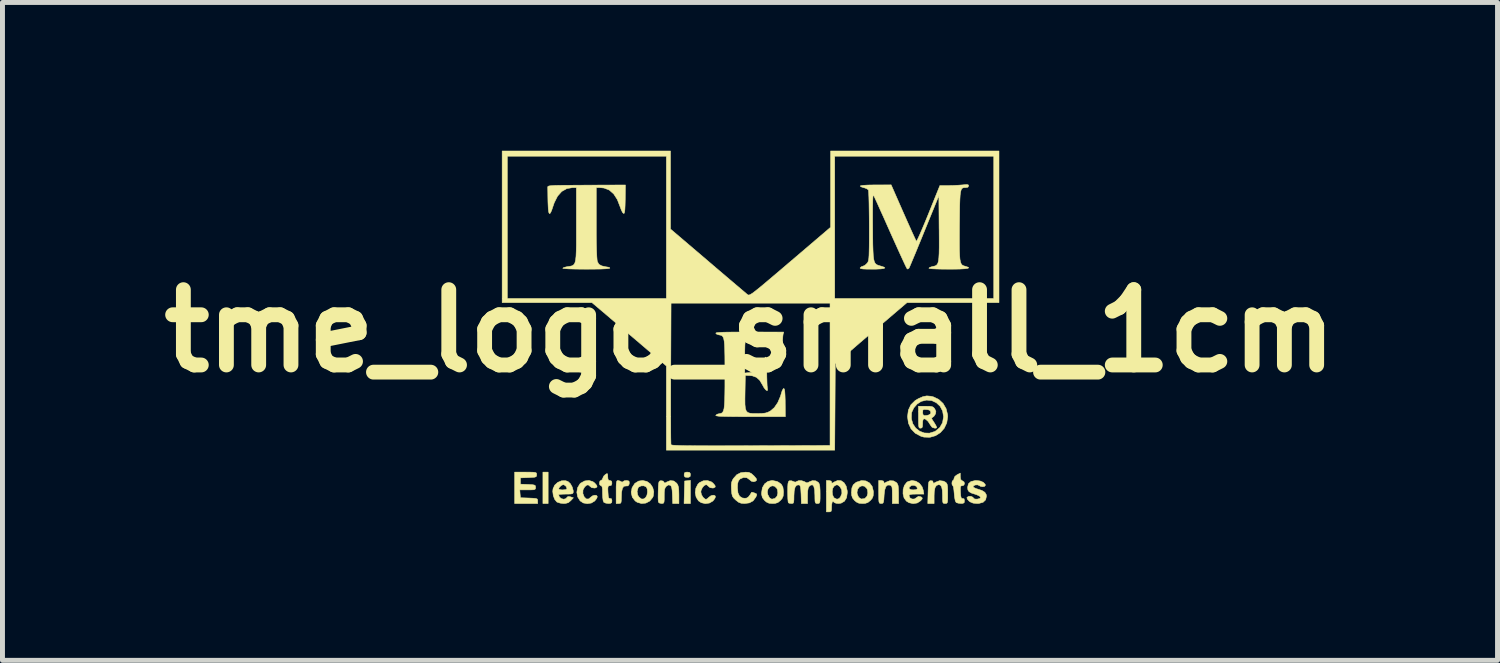
<source format=kicad_pcb>
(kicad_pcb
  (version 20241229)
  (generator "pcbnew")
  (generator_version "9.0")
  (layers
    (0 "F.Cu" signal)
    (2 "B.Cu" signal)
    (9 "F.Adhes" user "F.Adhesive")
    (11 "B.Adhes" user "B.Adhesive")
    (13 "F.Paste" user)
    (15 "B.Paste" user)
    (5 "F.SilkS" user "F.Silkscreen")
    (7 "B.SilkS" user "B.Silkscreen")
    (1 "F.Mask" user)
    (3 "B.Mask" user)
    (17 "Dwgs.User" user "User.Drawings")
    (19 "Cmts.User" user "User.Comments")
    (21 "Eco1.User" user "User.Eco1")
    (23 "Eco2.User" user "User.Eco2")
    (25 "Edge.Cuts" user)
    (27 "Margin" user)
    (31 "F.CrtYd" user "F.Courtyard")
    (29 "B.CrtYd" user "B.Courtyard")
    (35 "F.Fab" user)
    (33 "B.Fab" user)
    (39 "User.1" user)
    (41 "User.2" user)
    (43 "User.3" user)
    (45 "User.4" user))
  (footprint "tme_logo_small_1cm"
    (layer "F.Cu")
    (at 12.127 3.646)
    (property "Reference" "tme_logo_small_1cm" (at 0 0 0) (layer "F.SilkS") (effects (font (size 1.524 1.524) (thickness 0.3))))
    (attr through_hole)
    (fp_poly (pts (xy -4.085 3.493) (xy -4.191 3.493) (xy -4.191 2.857) (xy -4.085 2.857) (xy -4.085 3.493)) (stroke (width 0.01) (type solid)) (fill yes) (layer "F.SilkS"))
    (fp_poly (pts (xy -1.206 3.493) (xy -1.335 3.493) (xy -1.329 3.265) (xy -1.323 3.037) (xy -1.265 3.031) (xy -1.206 3.024) (xy -1.206 3.493)) (stroke (width 0.01) (type solid)) (fill yes) (layer "F.SilkS"))
    (fp_poly (pts (xy -1.225 2.863) (xy -1.208 2.887) (xy -1.206 2.91) (xy -1.213 2.948) (xy -1.242 2.962) (xy -1.27 2.963) (xy -1.315 2.958) (xy -1.332 2.933) (xy -1.333 2.91) (xy -1.327 2.873) (xy -1.298 2.859) (xy -1.27 2.857) (xy -1.225 2.863)) (stroke (width 0.01) (type solid)) (fill yes) (layer "F.SilkS"))
    (fp_poly (pts (xy -2.626 3.039) (xy -2.61 3.05) (xy -2.585 3.061) (xy -2.573 3.05) (xy -2.543 3.032) (xy -2.496 3.027) (xy -2.456 3.036) (xy -2.447 3.044) (xy -2.443 3.077) (xy -2.447 3.105) (xy -2.468 3.136) (xy -2.509 3.138) (xy -2.553 3.144) (xy -2.582 3.185) (xy -2.599 3.263) (xy -2.603 3.367) (xy -2.605 3.437) (xy -2.611 3.474) (xy -2.626 3.49) (xy -2.656 3.493) (xy -2.709 3.493) (xy -2.709 3.26) (xy -2.709 3.157) (xy -2.706 3.09) (xy -2.7 3.051) (xy -2.69 3.032) (xy -2.674 3.027) (xy -2.671 3.027) (xy -2.626 3.039)) (stroke (width 0.01) (type solid)) (fill yes) (layer "F.SilkS"))
    (fp_poly (pts (xy -3.18 3.05) (xy -3.142 3.079) (xy -3.101 3.127) (xy -3.095 3.158) (xy -3.125 3.176) (xy -3.143 3.18) (xy -3.203 3.172) (xy -3.231 3.151) (xy -3.269 3.118) (xy -3.302 3.119) (xy -3.344 3.154) (xy -3.38 3.217) (xy -3.382 3.292) (xy -3.354 3.361) (xy -3.31 3.401) (xy -3.264 3.4) (xy -3.223 3.365) (xy -3.182 3.335) (xy -3.137 3.324) (xy -3.102 3.332) (xy -3.09 3.356) (xy -3.104 3.392) (xy -3.139 3.437) (xy -3.142 3.441) (xy -3.211 3.483) (xy -3.294 3.496) (xy -3.375 3.481) (xy -3.438 3.439) (xy -3.488 3.358) (xy -3.505 3.266) (xy -3.49 3.175) (xy -3.443 3.097) (xy -3.425 3.079) (xy -3.345 3.036) (xy -3.26 3.026) (xy -3.18 3.05)) (stroke (width 0.01) (type solid)) (fill yes) (layer "F.SilkS"))
    (fp_poly (pts (xy -2.087 3.046) (xy -2.017 3.096) (xy -1.969 3.169) (xy -1.947 3.254) (xy -1.958 3.343) (xy -1.971 3.372) (xy -2.029 3.443) (xy -2.107 3.484) (xy -2.196 3.493) (xy -2.283 3.468) (xy -2.324 3.44) (xy -2.382 3.365) (xy -2.404 3.275) (xy -2.4 3.249) (xy -2.285 3.249) (xy -2.272 3.323) (xy -2.244 3.365) (xy -2.195 3.402) (xy -2.152 3.4) (xy -2.113 3.373) (xy -2.086 3.326) (xy -2.075 3.261) (xy -2.08 3.198) (xy -2.1 3.158) (xy -2.147 3.135) (xy -2.204 3.136) (xy -2.251 3.158) (xy -2.264 3.174) (xy -2.285 3.249) (xy -2.4 3.249) (xy -2.388 3.178) (xy -2.384 3.168) (xy -2.331 3.086) (xy -2.255 3.039) (xy -2.173 3.027) (xy -2.087 3.046)) (stroke (width 0.01) (type solid)) (fill yes) (layer "F.SilkS"))
    (fp_poly (pts (xy -4.441 2.858) (xy -4.377 2.86) (xy -4.34 2.866) (xy -4.323 2.876) (xy -4.318 2.894) (xy -4.318 2.91) (xy -4.32 2.936) (xy -4.333 2.952) (xy -4.364 2.961) (xy -4.424 2.965) (xy -4.482 2.968) (xy -4.646 2.974) (xy -4.646 3.101) (xy -4.493 3.107) (xy -4.413 3.111) (xy -4.368 3.118) (xy -4.346 3.13) (xy -4.34 3.151) (xy -4.339 3.165) (xy -4.341 3.192) (xy -4.353 3.207) (xy -4.384 3.215) (xy -4.443 3.217) (xy -4.499 3.217) (xy -4.659 3.217) (xy -4.653 3.297) (xy -4.646 3.376) (xy -4.471 3.382) (xy -4.386 3.386) (xy -4.334 3.391) (xy -4.308 3.401) (xy -4.298 3.418) (xy -4.297 3.44) (xy -4.297 3.493) (xy -4.763 3.493) (xy -4.763 2.857) (xy -4.54 2.857) (xy -4.441 2.858)) (stroke (width 0.01) (type solid)) (fill yes) (layer "F.SilkS"))
    (fp_poly (pts (xy -0.783 3.054) (xy -0.75 3.079) (xy -0.709 3.127) (xy -0.703 3.158) (xy -0.733 3.176) (xy -0.75 3.18) (xy -0.808 3.172) (xy -0.834 3.151) (xy -0.868 3.12) (xy -0.889 3.111) (xy -0.929 3.13) (xy -0.966 3.174) (xy -0.991 3.23) (xy -0.995 3.26) (xy -0.982 3.315) (xy -0.95 3.368) (xy -0.91 3.402) (xy -0.889 3.408) (xy -0.86 3.393) (xy -0.831 3.365) (xy -0.79 3.335) (xy -0.745 3.324) (xy -0.71 3.332) (xy -0.699 3.356) (xy -0.713 3.392) (xy -0.747 3.437) (xy -0.75 3.441) (xy -0.821 3.483) (xy -0.904 3.495) (xy -0.987 3.476) (xy -1.043 3.439) (xy -1.091 3.363) (xy -1.109 3.273) (xy -1.096 3.182) (xy -1.055 3.102) (xy -1.023 3.07) (xy -0.946 3.033) (xy -0.861 3.028) (xy -0.783 3.054)) (stroke (width 0.01) (type solid)) (fill yes) (layer "F.SilkS"))
    (fp_poly (pts (xy 0.542 3.045) (xy 0.572 3.059) (xy 0.631 3.101) (xy 0.665 3.159) (xy 0.677 3.244) (xy 0.677 3.27) (xy 0.671 3.342) (xy 0.648 3.393) (xy 0.615 3.431) (xy 0.565 3.472) (xy 0.51 3.49) (xy 0.455 3.493) (xy 0.384 3.487) (xy 0.332 3.463) (xy 0.295 3.431) (xy 0.25 3.373) (xy 0.234 3.309) (xy 0.233 3.281) (xy 0.237 3.256) (xy 0.35 3.256) (xy 0.361 3.315) (xy 0.396 3.38) (xy 0.441 3.405) (xy 0.499 3.391) (xy 0.508 3.387) (xy 0.547 3.344) (xy 0.563 3.281) (xy 0.555 3.214) (xy 0.54 3.183) (xy 0.496 3.142) (xy 0.446 3.135) (xy 0.4 3.156) (xy 0.365 3.198) (xy 0.35 3.256) (xy 0.237 3.256) (xy 0.249 3.176) (xy 0.295 3.096) (xy 0.362 3.045) (xy 0.447 3.026) (xy 0.542 3.045)) (stroke (width 0.01) (type solid)) (fill yes) (layer "F.SilkS"))
    (fp_poly (pts (xy 2.345 3.036) (xy 2.419 3.077) (xy 2.472 3.148) (xy 2.496 3.245) (xy 2.497 3.267) (xy 2.492 3.338) (xy 2.472 3.388) (xy 2.436 3.431) (xy 2.385 3.472) (xy 2.331 3.49) (xy 2.275 3.493) (xy 2.204 3.487) (xy 2.153 3.463) (xy 2.115 3.431) (xy 2.074 3.38) (xy 2.056 3.325) (xy 2.053 3.27) (xy 2.054 3.262) (xy 2.165 3.262) (xy 2.169 3.301) (xy 2.199 3.368) (xy 2.248 3.401) (xy 2.31 3.395) (xy 2.328 3.387) (xy 2.367 3.345) (xy 2.384 3.282) (xy 2.376 3.215) (xy 2.361 3.185) (xy 2.316 3.142) (xy 2.264 3.135) (xy 2.216 3.155) (xy 2.18 3.2) (xy 2.165 3.262) (xy 2.054 3.262) (xy 2.061 3.178) (xy 2.089 3.114) (xy 2.141 3.069) (xy 2.159 3.059) (xy 2.256 3.028) (xy 2.345 3.036)) (stroke (width 0.01) (type solid)) (fill yes) (layer "F.SilkS"))
    (fp_poly (pts (xy 2.699 3.038) (xy 2.709 3.06) (xy 2.713 3.081) (xy 2.732 3.076) (xy 2.756 3.06) (xy 2.829 3.031) (xy 2.903 3.035) (xy 2.963 3.069) (xy 2.984 3.096) (xy 2.997 3.132) (xy 3.003 3.188) (xy 3.006 3.274) (xy 3.006 3.302) (xy 3.006 3.493) (xy 2.879 3.493) (xy 2.879 3.314) (xy 2.878 3.226) (xy 2.874 3.172) (xy 2.864 3.142) (xy 2.847 3.126) (xy 2.834 3.121) (xy 2.785 3.119) (xy 2.749 3.15) (xy 2.726 3.217) (xy 2.713 3.323) (xy 2.713 3.334) (xy 2.708 3.415) (xy 2.701 3.462) (xy 2.689 3.485) (xy 2.669 3.492) (xy 2.654 3.493) (xy 2.632 3.491) (xy 2.618 3.482) (xy 2.609 3.458) (xy 2.605 3.412) (xy 2.604 3.336) (xy 2.603 3.26) (xy 2.603 3.027) (xy 2.656 3.027) (xy 2.699 3.038)) (stroke (width 0.01) (type solid)) (fill yes) (layer "F.SilkS"))
    (fp_poly (pts (xy 4.255 2.95) (xy 4.262 3.004) (xy 4.287 3.03) (xy 4.297 3.033) (xy 4.331 3.057) (xy 4.34 3.092) (xy 4.325 3.123) (xy 4.296 3.133) (xy 4.272 3.136) (xy 4.26 3.154) (xy 4.257 3.195) (xy 4.259 3.265) (xy 4.264 3.338) (xy 4.273 3.377) (xy 4.288 3.391) (xy 4.302 3.391) (xy 4.331 3.398) (xy 4.339 3.438) (xy 4.339 3.439) (xy 4.333 3.476) (xy 4.307 3.49) (xy 4.27 3.492) (xy 4.213 3.486) (xy 4.172 3.473) (xy 4.153 3.439) (xy 4.139 3.365) (xy 4.132 3.294) (xy 4.125 3.217) (xy 4.116 3.16) (xy 4.106 3.134) (xy 4.104 3.133) (xy 4.09 3.115) (xy 4.085 3.08) (xy 4.092 3.04) (xy 4.106 3.027) (xy 4.124 3.009) (xy 4.128 2.985) (xy 4.146 2.944) (xy 4.191 2.91) (xy 4.255 2.878) (xy 4.255 2.95)) (stroke (width 0.01) (type solid)) (fill yes) (layer "F.SilkS"))
    (fp_poly (pts (xy 3.916 3.04) (xy 3.953 3.06) (xy 3.976 3.079) (xy 3.989 3.105) (xy 3.997 3.147) (xy 4 3.214) (xy 4 3.293) (xy 4 3.385) (xy 3.998 3.444) (xy 3.991 3.476) (xy 3.978 3.489) (xy 3.956 3.492) (xy 3.948 3.493) (xy 3.921 3.491) (xy 3.905 3.479) (xy 3.898 3.449) (xy 3.895 3.393) (xy 3.895 3.327) (xy 3.891 3.224) (xy 3.877 3.157) (xy 3.853 3.121) (xy 3.818 3.111) (xy 3.773 3.127) (xy 3.743 3.174) (xy 3.728 3.257) (xy 3.725 3.335) (xy 3.725 3.493) (xy 3.597 3.493) (xy 3.603 3.265) (xy 3.606 3.164) (xy 3.61 3.099) (xy 3.617 3.06) (xy 3.629 3.04) (xy 3.647 3.032) (xy 3.657 3.031) (xy 3.695 3.036) (xy 3.704 3.06) (xy 3.708 3.082) (xy 3.725 3.08) (xy 3.756 3.061) (xy 3.837 3.03) (xy 3.916 3.04)) (stroke (width 0.01) (type solid)) (fill yes) (layer "F.SilkS"))
    (fp_poly (pts (xy -2.882 2.895) (xy -2.879 2.935) (xy -2.879 2.95) (xy -2.874 3.002) (xy -2.857 3.024) (xy -2.836 3.027) (xy -2.803 3.039) (xy -2.794 3.08) (xy -2.804 3.121) (xy -2.837 3.133) (xy -2.861 3.136) (xy -2.873 3.154) (xy -2.877 3.195) (xy -2.874 3.265) (xy -2.869 3.338) (xy -2.861 3.377) (xy -2.845 3.391) (xy -2.831 3.391) (xy -2.802 3.398) (xy -2.794 3.438) (xy -2.794 3.439) (xy -2.8 3.476) (xy -2.826 3.49) (xy -2.864 3.493) (xy -2.92 3.485) (xy -2.959 3.468) (xy -2.959 3.467) (xy -2.973 3.432) (xy -2.982 3.364) (xy -2.985 3.287) (xy -2.986 3.205) (xy -2.993 3.157) (xy -3.005 3.136) (xy -3.016 3.133) (xy -3.042 3.114) (xy -3.048 3.08) (xy -3.037 3.038) (xy -3.018 3.027) (xy -2.991 3.009) (xy -2.981 2.982) (xy -2.959 2.936) (xy -2.926 2.905) (xy -2.895 2.887) (xy -2.882 2.895)) (stroke (width 0.01) (type solid)) (fill yes) (layer "F.SilkS"))
    (fp_poly (pts (xy -1.542 3.037) (xy -1.483 3.083) (xy -1.461 3.119) (xy -1.447 3.164) (xy -1.441 3.229) (xy -1.439 3.315) (xy -1.439 3.493) (xy -1.565 3.493) (xy -1.571 3.32) (xy -1.576 3.228) (xy -1.585 3.169) (xy -1.6 3.136) (xy -1.613 3.125) (xy -1.649 3.116) (xy -1.689 3.139) (xy -1.692 3.142) (xy -1.715 3.17) (xy -1.729 3.209) (xy -1.735 3.271) (xy -1.736 3.337) (xy -1.736 3.417) (xy -1.74 3.463) (xy -1.751 3.485) (xy -1.771 3.492) (xy -1.789 3.493) (xy -1.834 3.483) (xy -1.854 3.464) (xy -1.858 3.432) (xy -1.86 3.368) (xy -1.859 3.284) (xy -1.858 3.237) (xy -1.855 3.144) (xy -1.85 3.085) (xy -1.841 3.052) (xy -1.827 3.037) (xy -1.805 3.031) (xy -1.804 3.031) (xy -1.76 3.038) (xy -1.744 3.057) (xy -1.73 3.078) (xy -1.706 3.072) (xy -1.686 3.058) (xy -1.613 3.029) (xy -1.542 3.037)) (stroke (width 0.01) (type solid)) (fill yes) (layer "F.SilkS"))
    (fp_poly (pts (xy 3.357 3.041) (xy 3.429 3.086) (xy 3.482 3.155) (xy 3.505 3.223) (xy 3.518 3.302) (xy 3.368 3.302) (xy 3.283 3.304) (xy 3.234 3.313) (xy 3.218 3.327) (xy 3.217 3.33) (xy 3.234 3.376) (xy 3.276 3.401) (xy 3.325 3.402) (xy 3.365 3.376) (xy 3.408 3.347) (xy 3.458 3.357) (xy 3.471 3.365) (xy 3.487 3.383) (xy 3.477 3.409) (xy 3.451 3.438) (xy 3.384 3.482) (xy 3.301 3.495) (xy 3.218 3.477) (xy 3.164 3.444) (xy 3.117 3.38) (xy 3.096 3.297) (xy 3.098 3.208) (xy 3.103 3.194) (xy 3.22 3.194) (xy 3.256 3.213) (xy 3.302 3.217) (xy 3.361 3.212) (xy 3.385 3.194) (xy 3.387 3.186) (xy 3.369 3.148) (xy 3.326 3.126) (xy 3.275 3.126) (xy 3.26 3.133) (xy 3.22 3.165) (xy 3.22 3.194) (xy 3.103 3.194) (xy 3.124 3.126) (xy 3.172 3.064) (xy 3.195 3.049) (xy 3.275 3.027) (xy 3.357 3.041)) (stroke (width 0.01) (type solid)) (fill yes) (layer "F.SilkS"))
    (fp_poly (pts (xy 1.843 3.031) (xy 1.902 3.071) (xy 1.945 3.14) (xy 1.967 3.236) (xy 1.968 3.276) (xy 1.954 3.375) (xy 1.911 3.446) (xy 1.844 3.485) (xy 1.791 3.493) (xy 1.738 3.487) (xy 1.706 3.473) (xy 1.704 3.471) (xy 1.68 3.449) (xy 1.662 3.466) (xy 1.652 3.519) (xy 1.651 3.556) (xy 1.649 3.619) (xy 1.641 3.65) (xy 1.619 3.661) (xy 1.598 3.662) (xy 1.545 3.662) (xy 1.545 3.25) (xy 1.663 3.25) (xy 1.67 3.317) (xy 1.694 3.37) (xy 1.705 3.38) (xy 1.759 3.406) (xy 1.802 3.392) (xy 1.83 3.361) (xy 1.859 3.289) (xy 1.855 3.214) (xy 1.82 3.154) (xy 1.779 3.119) (xy 1.745 3.116) (xy 1.703 3.141) (xy 1.674 3.185) (xy 1.663 3.25) (xy 1.545 3.25) (xy 1.545 3.027) (xy 1.598 3.027) (xy 1.641 3.038) (xy 1.651 3.06) (xy 1.655 3.081) (xy 1.674 3.076) (xy 1.698 3.06) (xy 1.774 3.026) (xy 1.843 3.031)) (stroke (width 0.01) (type solid)) (fill yes) (layer "F.SilkS"))
    (fp_poly (pts (xy -0.024 2.863) (xy 0.025 2.885) (xy 0.079 2.933) (xy 0.125 2.986) (xy 0.134 3.021) (xy 0.107 3.043) (xy 0.074 3.052) (xy 0.027 3.041) (xy -0.007 3.012) (xy -0.062 2.972) (xy -0.13 2.966) (xy -0.195 2.992) (xy -0.212 3.006) (xy -0.238 3.043) (xy -0.251 3.096) (xy -0.254 3.175) (xy -0.244 3.278) (xy -0.212 3.345) (xy -0.157 3.38) (xy -0.106 3.387) (xy -0.067 3.382) (xy -0.034 3.361) (xy 0.000314 3.317) (xy 0.033 3.264) (xy 0.053 3.267) (xy 0.093 3.28) (xy 0.13 3.297) (xy 0.137 3.318) (xy 0.119 3.36) (xy 0.117 3.364) (xy 0.062 3.439) (xy -0.013 3.48) (xy -0.111 3.493) (xy -0.181 3.487) (xy -0.234 3.466) (xy -0.291 3.421) (xy -0.333 3.379) (xy -0.357 3.342) (xy -0.369 3.293) (xy -0.376 3.22) (xy -0.377 3.204) (xy -0.379 3.121) (xy -0.373 3.064) (xy -0.355 3.018) (xy -0.335 2.985) (xy -0.268 2.91) (xy -0.187 2.869) (xy -0.088 2.858) (xy -0.024 2.863)) (stroke (width 0.01) (type solid)) (fill yes) (layer "F.SilkS"))
    (fp_poly (pts (xy 3.658 1.322) (xy 3.709 1.334) (xy 3.817 1.385) (xy 3.906 1.468) (xy 3.968 1.574) (xy 3.998 1.696) (xy 4 1.736) (xy 3.981 1.861) (xy 3.929 1.971) (xy 3.851 2.059) (xy 3.753 2.121) (xy 3.64 2.153) (xy 3.52 2.149) (xy 3.461 2.133) (xy 3.344 2.071) (xy 3.258 1.982) (xy 3.205 1.867) (xy 3.193 1.778) (xy 3.265 1.778) (xy 3.295 1.881) (xy 3.353 1.967) (xy 3.433 2.03) (xy 3.527 2.065) (xy 3.631 2.069) (xy 3.737 2.036) (xy 3.755 2.026) (xy 3.841 1.954) (xy 3.896 1.856) (xy 3.916 1.738) (xy 3.916 1.736) (xy 3.897 1.621) (xy 3.847 1.526) (xy 3.771 1.454) (xy 3.677 1.41) (xy 3.571 1.4) (xy 3.464 1.426) (xy 3.382 1.479) (xy 3.314 1.557) (xy 3.273 1.645) (xy 3.269 1.662) (xy 3.265 1.778) (xy 3.193 1.778) (xy 3.187 1.736) (xy 3.204 1.603) (xy 3.255 1.495) (xy 3.342 1.409) (xy 3.406 1.371) (xy 3.499 1.33) (xy 3.576 1.315) (xy 3.658 1.322)) (stroke (width 0.01) (type solid)) (fill yes) (layer "F.SilkS"))
    (fp_poly (pts (xy 4.658 3.037) (xy 4.72 3.064) (xy 4.757 3.102) (xy 4.763 3.123) (xy 4.746 3.146) (xy 4.706 3.153) (xy 4.663 3.145) (xy 4.642 3.131) (xy 4.604 3.115) (xy 4.557 3.118) (xy 4.52 3.137) (xy 4.514 3.147) (xy 4.527 3.168) (xy 4.574 3.19) (xy 4.597 3.197) (xy 4.693 3.229) (xy 4.752 3.266) (xy 4.78 3.313) (xy 4.784 3.345) (xy 4.767 3.419) (xy 4.716 3.468) (xy 4.632 3.491) (xy 4.594 3.493) (xy 4.514 3.485) (xy 4.455 3.46) (xy 4.432 3.443) (xy 4.397 3.403) (xy 4.389 3.372) (xy 4.39 3.369) (xy 4.423 3.348) (xy 4.47 3.347) (xy 4.509 3.365) (xy 4.517 3.377) (xy 4.545 3.402) (xy 4.598 3.404) (xy 4.652 3.391) (xy 4.666 3.369) (xy 4.644 3.342) (xy 4.586 3.315) (xy 4.561 3.307) (xy 4.48 3.281) (xy 4.432 3.253) (xy 4.409 3.218) (xy 4.403 3.168) (xy 4.403 3.163) (xy 4.42 3.093) (xy 4.471 3.048) (xy 4.555 3.028) (xy 4.583 3.027) (xy 4.658 3.037)) (stroke (width 0.01) (type solid)) (fill yes) (layer "F.SilkS"))
    (fp_poly (pts (xy -3.682 3.049) (xy -3.635 3.092) (xy -3.597 3.16) (xy -3.578 3.232) (xy -3.577 3.248) (xy -3.579 3.276) (xy -3.592 3.292) (xy -3.623 3.3) (xy -3.684 3.302) (xy -3.725 3.302) (xy -3.798 3.304) (xy -3.851 3.308) (xy -3.873 3.313) (xy -3.873 3.314) (xy -3.857 3.362) (xy -3.818 3.394) (xy -3.769 3.406) (xy -3.725 3.393) (xy -3.708 3.373) (xy -3.684 3.351) (xy -3.642 3.355) (xy -3.631 3.358) (xy -3.574 3.377) (xy -3.628 3.435) (xy -3.676 3.475) (xy -3.734 3.491) (xy -3.773 3.493) (xy -3.841 3.485) (xy -3.9 3.466) (xy -3.911 3.46) (xy -3.952 3.409) (xy -3.981 3.334) (xy -3.992 3.249) (xy -3.987 3.199) (xy -3.987 3.198) (xy -3.873 3.198) (xy -3.855 3.21) (xy -3.808 3.217) (xy -3.789 3.217) (xy -3.727 3.211) (xy -3.704 3.192) (xy -3.704 3.19) (xy -3.721 3.147) (xy -3.76 3.116) (xy -3.781 3.111) (xy -3.817 3.126) (xy -3.854 3.16) (xy -3.873 3.194) (xy -3.873 3.198) (xy -3.987 3.198) (xy -3.953 3.122) (xy -3.891 3.065) (xy -3.813 3.033) (xy -3.731 3.031) (xy -3.682 3.049)) (stroke (width 0.01) (type solid)) (fill yes) (layer "F.SilkS"))
    (fp_poly (pts (xy 3.635 1.525) (xy 3.684 1.532) (xy 3.713 1.547) (xy 3.736 1.574) (xy 3.738 1.578) (xy 3.761 1.627) (xy 3.755 1.672) (xy 3.75 1.684) (xy 3.721 1.728) (xy 3.694 1.749) (xy 3.675 1.762) (xy 3.682 1.787) (xy 3.701 1.817) (xy 3.738 1.874) (xy 3.765 1.921) (xy 3.779 1.956) (xy 3.763 1.967) (xy 3.737 1.968) (xy 3.686 1.952) (xy 3.652 1.907) (xy 3.604 1.832) (xy 3.555 1.788) (xy 3.523 1.778) (xy 3.502 1.792) (xy 3.493 1.839) (xy 3.493 1.873) (xy 3.49 1.933) (xy 3.478 1.961) (xy 3.453 1.968) (xy 3.45 1.968) (xy 3.431 1.966) (xy 3.419 1.952) (xy 3.412 1.921) (xy 3.409 1.864) (xy 3.408 1.774) (xy 3.408 1.746) (xy 3.408 1.65) (xy 3.493 1.65) (xy 3.5 1.695) (xy 3.526 1.714) (xy 3.579 1.71) (xy 3.615 1.701) (xy 3.653 1.678) (xy 3.658 1.643) (xy 3.643 1.611) (xy 3.604 1.595) (xy 3.572 1.592) (xy 3.52 1.59) (xy 3.498 1.602) (xy 3.493 1.638) (xy 3.493 1.65) (xy 3.408 1.65) (xy 3.408 1.524) (xy 3.556 1.524) (xy 3.635 1.525)) (stroke (width 0.01) (type solid)) (fill yes) (layer "F.SilkS"))
    (fp_poly (pts (xy 1.045 3.031) (xy 1.104 3.051) (xy 1.112 3.056) (xy 1.149 3.075) (xy 1.184 3.064) (xy 1.195 3.056) (xy 1.261 3.03) (xy 1.33 3.034) (xy 1.383 3.066) (xy 1.401 3.096) (xy 1.412 3.144) (xy 1.417 3.219) (xy 1.418 3.298) (xy 1.418 3.39) (xy 1.415 3.447) (xy 1.408 3.477) (xy 1.394 3.49) (xy 1.371 3.492) (xy 1.365 3.493) (xy 1.339 3.491) (xy 1.323 3.479) (xy 1.315 3.449) (xy 1.313 3.393) (xy 1.312 3.327) (xy 1.307 3.216) (xy 1.29 3.144) (xy 1.262 3.114) (xy 1.223 3.123) (xy 1.197 3.145) (xy 1.178 3.179) (xy 1.167 3.24) (xy 1.164 3.334) (xy 1.164 3.493) (xy 1.039 3.493) (xy 1.033 3.308) (xy 1.028 3.216) (xy 1.021 3.158) (xy 1.01 3.128) (xy 0.993 3.116) (xy 0.992 3.116) (xy 0.944 3.122) (xy 0.912 3.163) (xy 0.894 3.242) (xy 0.889 3.335) (xy 0.888 3.416) (xy 0.884 3.463) (xy 0.874 3.485) (xy 0.854 3.492) (xy 0.84 3.493) (xy 0.795 3.487) (xy 0.776 3.478) (xy 0.77 3.452) (xy 0.765 3.394) (xy 0.763 3.313) (xy 0.762 3.255) (xy 0.763 3.157) (xy 0.767 3.093) (xy 0.776 3.055) (xy 0.789 3.037) (xy 0.797 3.033) (xy 0.841 3.033) (xy 0.873 3.046) (xy 0.915 3.061) (xy 0.938 3.05) (xy 0.983 3.03) (xy 1.045 3.031)) (stroke (width 0.01) (type solid)) (fill yes) (layer "F.SilkS"))
    (fp_poly (pts (xy -2.525 -2.661) (xy -2.528 -2.542) (xy -2.532 -2.459) (xy -2.538 -2.407) (xy -2.546 -2.381) (xy -2.558 -2.376) (xy -2.58 -2.397) (xy -2.605 -2.448) (xy -2.625 -2.502) (xy -2.685 -2.657) (xy -2.759 -2.772) (xy -2.848 -2.85) (xy -2.954 -2.891) (xy -3.032 -2.899) (xy -3.111 -2.9) (xy -3.111 -2.183) (xy -3.111 -1.96) (xy -3.109 -1.771) (xy -3.105 -1.619) (xy -3.1 -1.505) (xy -3.094 -1.43) (xy -3.088 -1.401) (xy -3.058 -1.348) (xy -3.005 -1.318) (xy -2.988 -1.313) (xy -2.927 -1.299) (xy -2.878 -1.291) (xy -2.873 -1.291) (xy -2.842 -1.281) (xy -2.836 -1.27) (xy -2.857 -1.263) (xy -2.918 -1.257) (xy -3.017 -1.252) (xy -3.152 -1.25) (xy -3.313 -1.249) (xy -3.45 -1.25) (xy -3.572 -1.252) (xy -3.672 -1.255) (xy -3.744 -1.26) (xy -3.784 -1.265) (xy -3.789 -1.268) (xy -3.77 -1.282) (xy -3.722 -1.295) (xy -3.692 -1.301) (xy -3.647 -1.307) (xy -3.61 -1.315) (xy -3.581 -1.328) (xy -3.558 -1.35) (xy -3.541 -1.385) (xy -3.529 -1.437) (xy -3.521 -1.511) (xy -3.517 -1.61) (xy -3.514 -1.738) (xy -3.514 -1.899) (xy -3.514 -2.098) (xy -3.514 -2.148) (xy -3.514 -2.9) (xy -3.588 -2.9) (xy -3.707 -2.88) (xy -3.81 -2.822) (xy -3.895 -2.726) (xy -3.962 -2.593) (xy -3.984 -2.529) (xy -4.015 -2.437) (xy -4.04 -2.384) (xy -4.06 -2.373) (xy -4.074 -2.403) (xy -4.083 -2.474) (xy -4.088 -2.586) (xy -4.089 -2.614) (xy -4.091 -2.716) (xy -4.092 -2.805) (xy -4.093 -2.871) (xy -4.094 -2.902) (xy -4.094 -2.914) (xy -4.089 -2.923) (xy -4.077 -2.93) (xy -4.052 -2.936) (xy -4.011 -2.94) (xy -3.95 -2.944) (xy -3.864 -2.946) (xy -3.751 -2.947) (xy -3.605 -2.948) (xy -3.423 -2.949) (xy -3.308 -2.95) (xy -2.521 -2.953) (xy -2.525 -2.661)) (stroke (width 0.01) (type solid)) (fill yes) (layer "F.SilkS"))
    (fp_poly (pts (xy -1.609 -2.061) (xy -0.853 -1.417) (xy -0.699 -1.285) (xy -0.553 -1.161) (xy -0.419 -1.047) (xy -0.301 -0.947) (xy -0.202 -0.863) (xy -0.125 -0.798) (xy -0.074 -0.754) (xy -0.052 -0.737) (xy -0.041 -0.729) (xy -0.029 -0.726) (xy -0.012 -0.729) (xy 0.012 -0.74) (xy 0.046 -0.761) (xy 0.092 -0.795) (xy 0.154 -0.844) (xy 0.234 -0.909) (xy 0.334 -0.993) (xy 0.458 -1.098) (xy 0.609 -1.226) (xy 0.789 -1.38) (xy 0.812 -1.399) (xy 1.63 -2.097) (xy 1.63 -3.535) (xy 1.714 -3.535) (xy 1.714 -0.656) (xy 4.932 -0.656) (xy 4.932 -3.535) (xy 1.714 -3.535) (xy 1.63 -3.535) (xy 1.63 -3.641) (xy 5.038 -3.641) (xy 5.038 -0.572) (xy 3.176 -0.572) (xy 2.685 -0.153) (xy 2.548 -0.037) (xy 2.408 0.082) (xy 2.273 0.197) (xy 2.15 0.303) (xy 2.044 0.394) (xy 1.964 0.463) (xy 1.959 0.466) (xy 1.725 0.668) (xy 1.72 1.54) (xy 1.714 2.413) (xy -1.693 2.413) (xy -1.693 1.542) (xy -1.605 1.542) (xy -1.605 1.736) (xy -1.604 1.908) (xy -1.604 2.053) (xy -1.603 2.168) (xy -1.601 2.25) (xy -1.6 2.295) (xy -1.599 2.302) (xy -1.589 2.307) (xy -1.562 2.312) (xy -1.516 2.315) (xy -1.447 2.318) (xy -1.355 2.321) (xy -1.235 2.322) (xy -1.087 2.324) (xy -0.907 2.324) (xy -0.693 2.325) (xy -0.443 2.324) (xy -0.154 2.324) (xy 0.015 2.323) (xy 1.619 2.318) (xy 1.619 -0.561) (xy -1.598 -0.561) (xy -1.604 0.857) (xy -1.604 1.099) (xy -1.605 1.328) (xy -1.605 1.542) (xy -1.693 1.542) (xy -1.693 0.709) (xy -2.288 0.201) (xy -2.432 0.079) (xy -2.571 -0.04) (xy -2.703 -0.152) (xy -2.821 -0.252) (xy -2.92 -0.337) (xy -2.997 -0.402) (xy -3.041 -0.439) (xy -3.198 -0.572) (xy -5.016 -0.572) (xy -5.016 -3.535) (xy -4.911 -3.535) (xy -4.911 -0.656) (xy -1.693 -0.656) (xy -1.693 -3.535) (xy -4.911 -3.535) (xy -5.016 -3.535) (xy -5.016 -3.641) (xy -1.609 -3.641) (xy -1.609 -2.061)) (stroke (width 0.01) (type solid)) (fill yes) (layer "F.SilkS"))
    (fp_poly (pts (xy -0.01 0.022) (xy 0.682 0.023) (xy 0.669 0.07) (xy 0.664 0.11) (xy 0.66 0.181) (xy 0.657 0.272) (xy 0.656 0.335) (xy 0.654 0.447) (xy 0.646 0.517) (xy 0.633 0.545) (xy 0.615 0.531) (xy 0.592 0.475) (xy 0.572 0.41) (xy 0.528 0.283) (xy 0.471 0.192) (xy 0.394 0.131) (xy 0.293 0.097) (xy 0.159 0.085) (xy 0.13 0.085) (xy 0.051 0.086) (xy -0.009 0.092) (xy -0.051 0.109) (xy -0.078 0.142) (xy -0.095 0.197) (xy -0.103 0.279) (xy -0.106 0.393) (xy -0.106 0.515) (xy -0.106 0.852) (xy 0.001 0.842) (xy 0.092 0.822) (xy 0.161 0.779) (xy 0.218 0.704) (xy 0.253 0.633) (xy 0.281 0.575) (xy 0.307 0.537) (xy 0.318 0.529) (xy 0.326 0.549) (xy 0.333 0.607) (xy 0.337 0.696) (xy 0.339 0.811) (xy 0.339 0.82) (xy 0.34 0.931) (xy 0.343 1.03) (xy 0.346 1.107) (xy 0.351 1.154) (xy 0.352 1.159) (xy 0.356 1.2) (xy 0.343 1.209) (xy 0.316 1.191) (xy 0.283 1.149) (xy 0.254 1.096) (xy 0.196 0.999) (xy 0.129 0.939) (xy 0.046 0.909) (xy -0.001 0.904) (xy -0.095 0.9) (xy -0.101 1.236) (xy -0.103 1.382) (xy -0.102 1.491) (xy -0.094 1.569) (xy -0.076 1.62) (xy -0.046 1.651) (xy 0.00021 1.666) (xy 0.065 1.672) (xy 0.142 1.672) (xy 0.238 1.67) (xy 0.306 1.663) (xy 0.358 1.648) (xy 0.41 1.622) (xy 0.413 1.62) (xy 0.492 1.552) (xy 0.561 1.451) (xy 0.616 1.323) (xy 0.636 1.254) (xy 0.654 1.2) (xy 0.676 1.168) (xy 0.683 1.164) (xy 0.695 1.178) (xy 0.703 1.22) (xy 0.708 1.296) (xy 0.712 1.409) (xy 0.712 1.45) (xy 0.715 1.736) (xy 0.007 1.736) (xy -0.193 1.735) (xy -0.353 1.734) (xy -0.478 1.732) (xy -0.571 1.73) (xy -0.635 1.726) (xy -0.674 1.72) (xy -0.692 1.714) (xy -0.693 1.709) (xy -0.668 1.687) (xy -0.628 1.676) (xy -0.597 1.671) (xy -0.572 1.662) (xy -0.552 1.644) (xy -0.537 1.613) (xy -0.525 1.566) (xy -0.518 1.498) (xy -0.513 1.405) (xy -0.51 1.283) (xy -0.508 1.128) (xy -0.508 0.936) (xy -0.508 0.878) (xy -0.508 0.676) (xy -0.509 0.511) (xy -0.512 0.381) (xy -0.516 0.281) (xy -0.523 0.207) (xy -0.533 0.154) (xy -0.548 0.12) (xy -0.566 0.099) (xy -0.59 0.088) (xy -0.62 0.082) (xy -0.628 0.081) (xy -0.673 0.067) (xy -0.693 0.048) (xy -0.687 0.04) (xy -0.661 0.034) (xy -0.61 0.03) (xy -0.533 0.026) (xy -0.425 0.024) (xy -0.284 0.023) (xy -0.105 0.022) (xy -0.01 0.022)) (stroke (width 0.01) (type solid)) (fill yes) (layer "F.SilkS"))
    (fp_poly (pts (xy 4.412 -2.958) (xy 4.423 -2.943) (xy 4.424 -2.935) (xy 4.408 -2.907) (xy 4.363 -2.9) (xy 4.332 -2.899) (xy 4.307 -2.894) (xy 4.287 -2.88) (xy 4.272 -2.853) (xy 4.261 -2.81) (xy 4.252 -2.746) (xy 4.247 -2.657) (xy 4.243 -2.54) (xy 4.241 -2.389) (xy 4.239 -2.202) (xy 4.238 -2.129) (xy 4.237 -1.926) (xy 4.237 -1.76) (xy 4.238 -1.629) (xy 4.242 -1.527) (xy 4.248 -1.451) (xy 4.258 -1.397) (xy 4.272 -1.36) (xy 4.29 -1.336) (xy 4.314 -1.321) (xy 4.344 -1.311) (xy 4.355 -1.308) (xy 4.41 -1.29) (xy 4.426 -1.276) (xy 4.403 -1.265) (xy 4.34 -1.257) (xy 4.237 -1.251) (xy 4.092 -1.249) (xy 4.022 -1.249) (xy 3.881 -1.25) (xy 3.767 -1.253) (xy 3.682 -1.257) (xy 3.632 -1.263) (xy 3.619 -1.269) (xy 3.638 -1.286) (xy 3.684 -1.301) (xy 3.695 -1.303) (xy 3.731 -1.311) (xy 3.761 -1.322) (xy 3.783 -1.34) (xy 3.801 -1.37) (xy 3.813 -1.416) (xy 3.821 -1.482) (xy 3.826 -1.572) (xy 3.828 -1.692) (xy 3.828 -1.844) (xy 3.827 -2.033) (xy 3.826 -2.074) (xy 3.821 -2.735) (xy 3.528 -2.018) (xy 3.461 -1.853) (xy 3.398 -1.7) (xy 3.342 -1.563) (xy 3.293 -1.447) (xy 3.255 -1.356) (xy 3.229 -1.295) (xy 3.217 -1.27) (xy 3.192 -1.251) (xy 3.177 -1.26) (xy 3.164 -1.283) (xy 3.136 -1.341) (xy 3.095 -1.429) (xy 3.043 -1.542) (xy 2.982 -1.676) (xy 2.914 -1.827) (xy 2.841 -1.989) (xy 2.839 -1.994) (xy 2.766 -2.158) (xy 2.698 -2.311) (xy 2.636 -2.447) (xy 2.584 -2.564) (xy 2.542 -2.655) (xy 2.513 -2.717) (xy 2.499 -2.745) (xy 2.499 -2.746) (xy 2.493 -2.744) (xy 2.487 -2.712) (xy 2.484 -2.647) (xy 2.482 -2.549) (xy 2.481 -2.413) (xy 2.481 -2.239) (xy 2.482 -2.103) (xy 2.483 -1.906) (xy 2.485 -1.746) (xy 2.489 -1.62) (xy 2.494 -1.524) (xy 2.503 -1.452) (xy 2.515 -1.402) (xy 2.533 -1.367) (xy 2.557 -1.344) (xy 2.587 -1.33) (xy 2.625 -1.318) (xy 2.649 -1.311) (xy 2.71 -1.291) (xy 2.729 -1.275) (xy 2.707 -1.262) (xy 2.644 -1.254) (xy 2.54 -1.249) (xy 2.475 -1.249) (xy 2.362 -1.25) (xy 2.287 -1.253) (xy 2.243 -1.26) (xy 2.228 -1.27) (xy 2.228 -1.275) (xy 2.253 -1.299) (xy 2.282 -1.308) (xy 2.327 -1.329) (xy 2.37 -1.37) (xy 2.382 -1.386) (xy 2.391 -1.406) (xy 2.398 -1.433) (xy 2.404 -1.473) (xy 2.408 -1.53) (xy 2.41 -1.609) (xy 2.412 -1.714) (xy 2.413 -1.849) (xy 2.413 -2.02) (xy 2.413 -2.125) (xy 2.412 -2.294) (xy 2.41 -2.45) (xy 2.408 -2.588) (xy 2.405 -2.702) (xy 2.401 -2.788) (xy 2.397 -2.841) (xy 2.394 -2.854) (xy 2.362 -2.878) (xy 2.309 -2.897) (xy 2.306 -2.897) (xy 2.257 -2.912) (xy 2.23 -2.93) (xy 2.229 -2.932) (xy 2.247 -2.94) (xy 2.303 -2.947) (xy 2.394 -2.952) (xy 2.515 -2.954) (xy 2.539 -2.954) (xy 2.856 -2.955) (xy 3.103 -2.393) (xy 3.167 -2.249) (xy 3.226 -2.117) (xy 3.277 -2.003) (xy 3.319 -1.912) (xy 3.349 -1.848) (xy 3.364 -1.816) (xy 3.366 -1.814) (xy 3.377 -1.828) (xy 3.402 -1.878) (xy 3.438 -1.957) (xy 3.483 -2.061) (xy 3.536 -2.186) (xy 3.594 -2.327) (xy 3.611 -2.369) (xy 3.842 -2.942) (xy 4.022 -2.942) (xy 4.122 -2.944) (xy 4.223 -2.949) (xy 4.304 -2.955) (xy 4.313 -2.956) (xy 4.378 -2.962) (xy 4.412 -2.958)) (stroke (width 0.01) (type solid)) (fill yes) (layer "F.SilkS")))
  (gr_rect
    (start -3 -3)
    (end 27.253 10.312)
    (stroke (width 0.1) (type default))
    (fill no)
    (layer "Edge.Cuts")))
</source>
